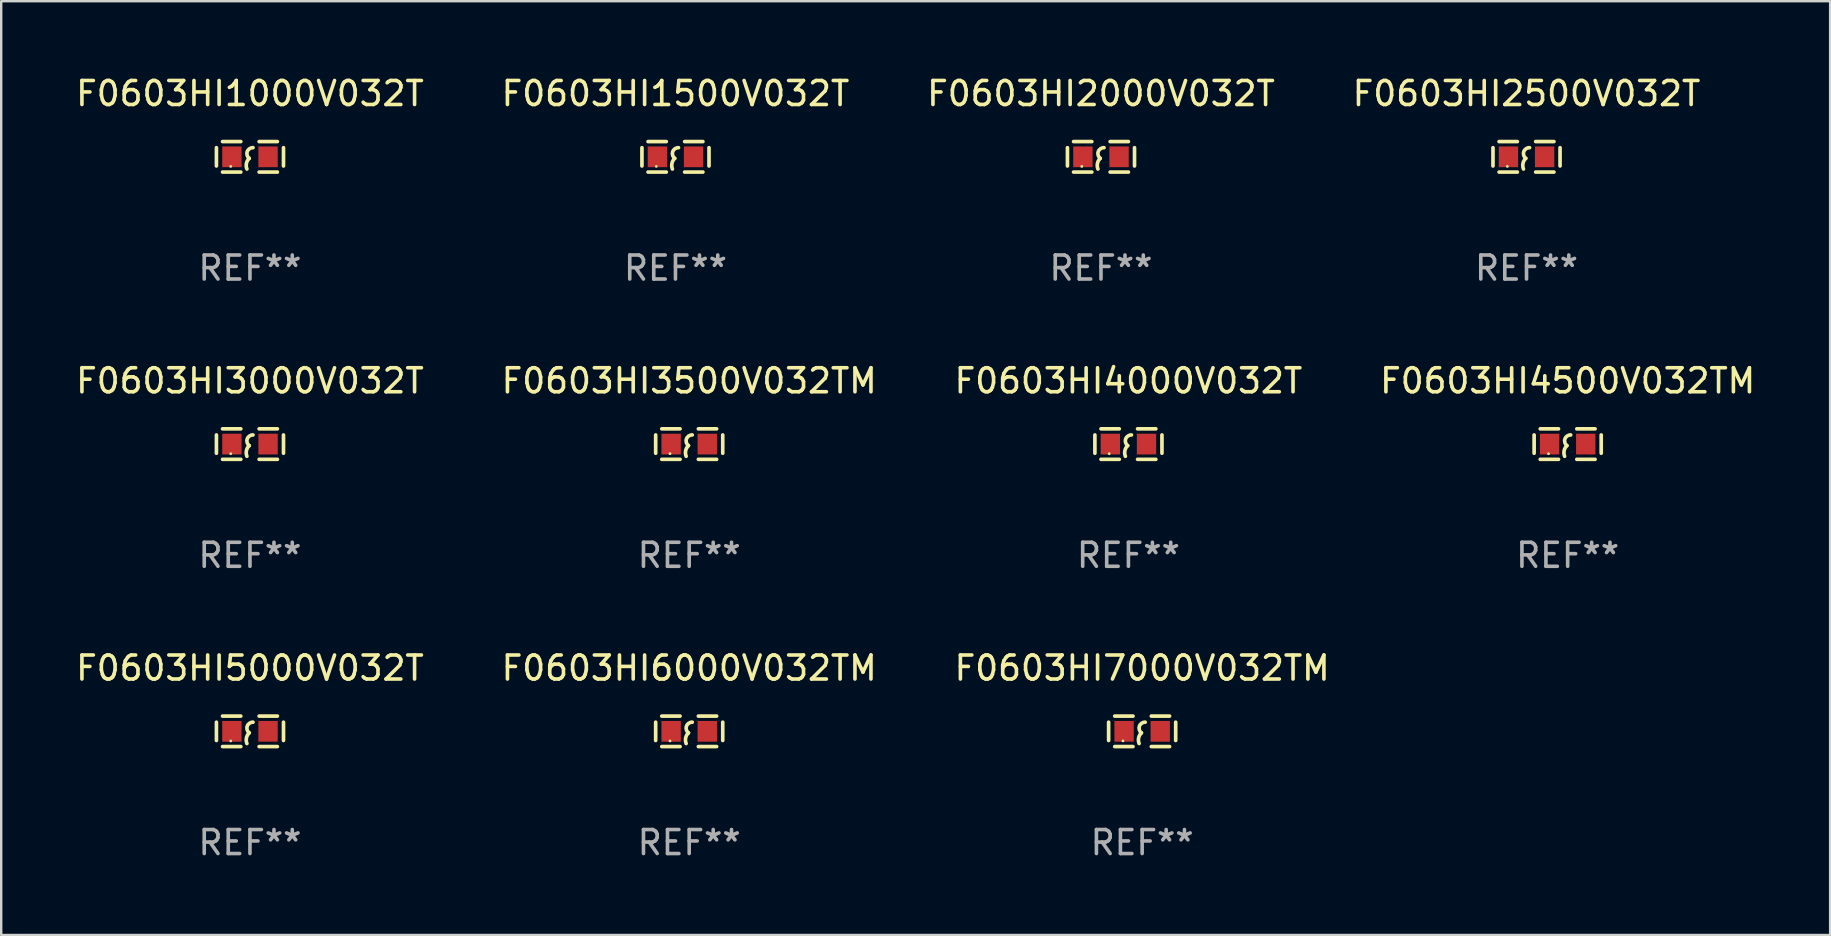
<source format=kicad_pcb>
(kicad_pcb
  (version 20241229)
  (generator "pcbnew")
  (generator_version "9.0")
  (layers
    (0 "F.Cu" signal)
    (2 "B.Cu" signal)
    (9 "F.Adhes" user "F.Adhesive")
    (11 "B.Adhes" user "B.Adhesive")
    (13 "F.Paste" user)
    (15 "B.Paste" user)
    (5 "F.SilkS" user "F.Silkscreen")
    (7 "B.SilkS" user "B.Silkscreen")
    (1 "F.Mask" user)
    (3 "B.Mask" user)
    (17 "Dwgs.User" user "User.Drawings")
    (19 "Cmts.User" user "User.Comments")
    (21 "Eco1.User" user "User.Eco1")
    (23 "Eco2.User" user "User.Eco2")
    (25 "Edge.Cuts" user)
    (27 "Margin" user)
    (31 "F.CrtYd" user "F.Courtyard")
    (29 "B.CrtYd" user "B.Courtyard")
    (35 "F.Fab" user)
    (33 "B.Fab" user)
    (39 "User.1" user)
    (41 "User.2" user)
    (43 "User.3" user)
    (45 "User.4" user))
  (footprint "F0603HI7000V032TM"
    (layer "F.Cu")
    (at 44.53 27.416)
    (property "Reference" "F0603HI7000V032TM" (at 0 -2.635 0) (layer "F.SilkS") (effects (font (size 1 1) (thickness 0.15))))
    (attr through_hole)
    (fp_line (start -1.397 -0.381) (end -1.397 0.381) (stroke (width 0.152) (type solid)) (layer "F.SilkS"))
    (fp_line (start -0.381 -0.635) (end -1.143 -0.635) (stroke (width 0.152) (type solid)) (layer "F.SilkS"))
    (fp_line (start -0.381 0.635) (end -1.143 0.635) (stroke (width 0.152) (type solid)) (layer "F.SilkS"))
    (fp_line (start 0.381 -0.635) (end 1.143 -0.635) (stroke (width 0.152) (type solid)) (layer "F.SilkS"))
    (fp_line (start 0.381 0.635) (end 1.143 0.635) (stroke (width 0.152) (type solid)) (layer "F.SilkS"))
    (fp_line (start 1.397 -0.381) (end 1.397 0.381) (stroke (width 0.152) (type solid)) (layer "F.SilkS"))
    (fp_arc (start -0.127 0.508001) (mid -0.146523 0.271131) (end -0.030861 0.0635) (stroke (width 0.151994) (type solid)) (layer "F.SilkS"))
    (fp_arc (start -0.03175 0.0635) (mid -0.113571 -0.216321) (end 0.127001 -0.381002) (stroke (width 0.151994) (type solid)) (layer "F.SilkS"))
    (fp_circle (center -0.8 0.4) (end -0.77 0.4) (stroke (width 0.06) (type solid)) (fill no) (layer "F.SilkS"))
    (fp_text user "REF**" (at 0 4.635 0) (layer "F.Fab") (effects (font (size 1 1) (thickness 0.15))))
    (pad "1" smd rect (at -0.753 0) (size 0.806 0.864) (layers "F.Cu" "F.Mask" "F.Paste"))
    (pad "2" smd rect (at 0.753 0) (size 0.806 0.864) (layers "F.Cu" "F.Mask" "F.Paste")))
  (footprint "F0603HI1500V032T"
    (layer "F.Cu")
    (at 25.089 3.483)
    (property "Reference" "F0603HI1500V032T" (at 0 -2.635 0) (layer "F.SilkS") (effects (font (size 1 1) (thickness 0.15))))
    (attr through_hole)
    (fp_line (start -1.397 -0.381) (end -1.397 0.381) (stroke (width 0.152) (type solid)) (layer "F.SilkS"))
    (fp_line (start -0.381 -0.635) (end -1.143 -0.635) (stroke (width 0.152) (type solid)) (layer "F.SilkS"))
    (fp_line (start -0.381 0.635) (end -1.143 0.635) (stroke (width 0.152) (type solid)) (layer "F.SilkS"))
    (fp_line (start 0.381 -0.635) (end 1.143 -0.635) (stroke (width 0.152) (type solid)) (layer "F.SilkS"))
    (fp_line (start 0.381 0.635) (end 1.143 0.635) (stroke (width 0.152) (type solid)) (layer "F.SilkS"))
    (fp_line (start 1.397 -0.381) (end 1.397 0.381) (stroke (width 0.152) (type solid)) (layer "F.SilkS"))
    (fp_arc (start -0.127 0.508001) (mid -0.146523 0.271131) (end -0.030861 0.0635) (stroke (width 0.151994) (type solid)) (layer "F.SilkS"))
    (fp_arc (start -0.03175 0.0635) (mid -0.113571 -0.216321) (end 0.127001 -0.381002) (stroke (width 0.151994) (type solid)) (layer "F.SilkS"))
    (fp_circle (center -0.8 0.4) (end -0.77 0.4) (stroke (width 0.06) (type solid)) (fill no) (layer "F.SilkS"))
    (fp_text user "REF**" (at 0 4.635 0) (layer "F.Fab") (effects (font (size 1 1) (thickness 0.15))))
    (pad "1" smd rect (at -0.753 0) (size 0.806 0.864) (layers "F.Cu" "F.Mask" "F.Paste"))
    (pad "2" smd rect (at 0.753 0) (size 0.806 0.864) (layers "F.Cu" "F.Mask" "F.Paste")))
  (footprint "F0603HI3500V032TM"
    (layer "F.Cu")
    (at 25.661 15.45)
    (property "Reference" "F0603HI3500V032TM" (at 0 -2.635 0) (layer "F.SilkS") (effects (font (size 1 1) (thickness 0.15))))
    (attr through_hole)
    (fp_line (start -1.397 -0.381) (end -1.397 0.381) (stroke (width 0.152) (type solid)) (layer "F.SilkS"))
    (fp_line (start -0.381 -0.635) (end -1.143 -0.635) (stroke (width 0.152) (type solid)) (layer "F.SilkS"))
    (fp_line (start -0.381 0.635) (end -1.143 0.635) (stroke (width 0.152) (type solid)) (layer "F.SilkS"))
    (fp_line (start 0.381 -0.635) (end 1.143 -0.635) (stroke (width 0.152) (type solid)) (layer "F.SilkS"))
    (fp_line (start 0.381 0.635) (end 1.143 0.635) (stroke (width 0.152) (type solid)) (layer "F.SilkS"))
    (fp_line (start 1.397 -0.381) (end 1.397 0.381) (stroke (width 0.152) (type solid)) (layer "F.SilkS"))
    (fp_arc (start -0.127 0.508001) (mid -0.146523 0.271131) (end -0.030861 0.0635) (stroke (width 0.151994) (type solid)) (layer "F.SilkS"))
    (fp_arc (start -0.03175 0.0635) (mid -0.113571 -0.216321) (end 0.127001 -0.381002) (stroke (width 0.151994) (type solid)) (layer "F.SilkS"))
    (fp_circle (center -0.8 0.4) (end -0.77 0.4) (stroke (width 0.06) (type solid)) (fill no) (layer "F.SilkS"))
    (fp_text user "REF**" (at 0 4.635 0) (layer "F.Fab") (effects (font (size 1 1) (thickness 0.15))))
    (pad "1" smd rect (at -0.753 0) (size 0.806 0.864) (layers "F.Cu" "F.Mask" "F.Paste"))
    (pad "2" smd rect (at 0.753 0) (size 0.806 0.864) (layers "F.Cu" "F.Mask" "F.Paste")))
  (footprint "F0603HI4500V032TM"
    (layer "F.Cu")
    (at 62.256 15.45)
    (property "Reference" "F0603HI4500V032TM" (at 0 -2.635 0) (layer "F.SilkS") (effects (font (size 1 1) (thickness 0.15))))
    (attr through_hole)
    (fp_line (start -1.397 -0.381) (end -1.397 0.381) (stroke (width 0.152) (type solid)) (layer "F.SilkS"))
    (fp_line (start -0.381 -0.635) (end -1.143 -0.635) (stroke (width 0.152) (type solid)) (layer "F.SilkS"))
    (fp_line (start -0.381 0.635) (end -1.143 0.635) (stroke (width 0.152) (type solid)) (layer "F.SilkS"))
    (fp_line (start 0.381 -0.635) (end 1.143 -0.635) (stroke (width 0.152) (type solid)) (layer "F.SilkS"))
    (fp_line (start 0.381 0.635) (end 1.143 0.635) (stroke (width 0.152) (type solid)) (layer "F.SilkS"))
    (fp_line (start 1.397 -0.381) (end 1.397 0.381) (stroke (width 0.152) (type solid)) (layer "F.SilkS"))
    (fp_arc (start -0.127 0.508001) (mid -0.146523 0.271131) (end -0.030861 0.0635) (stroke (width 0.151994) (type solid)) (layer "F.SilkS"))
    (fp_arc (start -0.03175 0.0635) (mid -0.113571 -0.216321) (end 0.127001 -0.381002) (stroke (width 0.151994) (type solid)) (layer "F.SilkS"))
    (fp_circle (center -0.8 0.4) (end -0.77 0.4) (stroke (width 0.06) (type solid)) (fill no) (layer "F.SilkS"))
    (fp_text user "REF**" (at 0 4.635 0) (layer "F.Fab") (effects (font (size 1 1) (thickness 0.15))))
    (pad "1" smd rect (at -0.753 0) (size 0.806 0.864) (layers "F.Cu" "F.Mask" "F.Paste"))
    (pad "2" smd rect (at 0.753 0) (size 0.806 0.864) (layers "F.Cu" "F.Mask" "F.Paste")))
  (footprint "F0603HI2000V032T"
    (layer "F.Cu")
    (at 42.815 3.483)
    (property "Reference" "F0603HI2000V032T" (at 0 -2.635 0) (layer "F.SilkS") (effects (font (size 1 1) (thickness 0.15))))
    (attr through_hole)
    (fp_line (start -1.397 -0.381) (end -1.397 0.381) (stroke (width 0.152) (type solid)) (layer "F.SilkS"))
    (fp_line (start -0.381 -0.635) (end -1.143 -0.635) (stroke (width 0.152) (type solid)) (layer "F.SilkS"))
    (fp_line (start -0.381 0.635) (end -1.143 0.635) (stroke (width 0.152) (type solid)) (layer "F.SilkS"))
    (fp_line (start 0.381 -0.635) (end 1.143 -0.635) (stroke (width 0.152) (type solid)) (layer "F.SilkS"))
    (fp_line (start 0.381 0.635) (end 1.143 0.635) (stroke (width 0.152) (type solid)) (layer "F.SilkS"))
    (fp_line (start 1.397 -0.381) (end 1.397 0.381) (stroke (width 0.152) (type solid)) (layer "F.SilkS"))
    (fp_arc (start -0.127 0.508001) (mid -0.146523 0.271131) (end -0.030861 0.0635) (stroke (width 0.151994) (type solid)) (layer "F.SilkS"))
    (fp_arc (start -0.03175 0.0635) (mid -0.113571 -0.216321) (end 0.127001 -0.381002) (stroke (width 0.151994) (type solid)) (layer "F.SilkS"))
    (fp_circle (center -0.8 0.4) (end -0.77 0.4) (stroke (width 0.06) (type solid)) (fill no) (layer "F.SilkS"))
    (fp_text user "REF**" (at 0 4.635 0) (layer "F.Fab") (effects (font (size 1 1) (thickness 0.15))))
    (pad "1" smd rect (at -0.753 0) (size 0.806 0.864) (layers "F.Cu" "F.Mask" "F.Paste"))
    (pad "2" smd rect (at 0.753 0) (size 0.806 0.864) (layers "F.Cu" "F.Mask" "F.Paste")))
  (footprint "F0603HI6000V032TM"
    (layer "F.Cu")
    (at 25.661 27.416)
    (property "Reference" "F0603HI6000V032TM" (at 0 -2.635 0) (layer "F.SilkS") (effects (font (size 1 1) (thickness 0.15))))
    (attr through_hole)
    (fp_line (start -1.397 -0.381) (end -1.397 0.381) (stroke (width 0.152) (type solid)) (layer "F.SilkS"))
    (fp_line (start -0.381 -0.635) (end -1.143 -0.635) (stroke (width 0.152) (type solid)) (layer "F.SilkS"))
    (fp_line (start -0.381 0.635) (end -1.143 0.635) (stroke (width 0.152) (type solid)) (layer "F.SilkS"))
    (fp_line (start 0.381 -0.635) (end 1.143 -0.635) (stroke (width 0.152) (type solid)) (layer "F.SilkS"))
    (fp_line (start 0.381 0.635) (end 1.143 0.635) (stroke (width 0.152) (type solid)) (layer "F.SilkS"))
    (fp_line (start 1.397 -0.381) (end 1.397 0.381) (stroke (width 0.152) (type solid)) (layer "F.SilkS"))
    (fp_arc (start -0.127 0.508001) (mid -0.146523 0.271131) (end -0.030861 0.0635) (stroke (width 0.151994) (type solid)) (layer "F.SilkS"))
    (fp_arc (start -0.03175 0.0635) (mid -0.113571 -0.216321) (end 0.127001 -0.381002) (stroke (width 0.151994) (type solid)) (layer "F.SilkS"))
    (fp_circle (center -0.8 0.4) (end -0.77 0.4) (stroke (width 0.06) (type solid)) (fill no) (layer "F.SilkS"))
    (fp_text user "REF**" (at 0 4.635 0) (layer "F.Fab") (effects (font (size 1 1) (thickness 0.15))))
    (pad "1" smd rect (at -0.753 0) (size 0.806 0.864) (layers "F.Cu" "F.Mask" "F.Paste"))
    (pad "2" smd rect (at 0.753 0) (size 0.806 0.864) (layers "F.Cu" "F.Mask" "F.Paste")))
  (footprint "F0603HI4000V032T"
    (layer "F.Cu")
    (at 43.958 15.45)
    (property "Reference" "F0603HI4000V032T" (at 0 -2.635 0) (layer "F.SilkS") (effects (font (size 1 1) (thickness 0.15))))
    (attr through_hole)
    (fp_line (start -1.397 -0.381) (end -1.397 0.381) (stroke (width 0.152) (type solid)) (layer "F.SilkS"))
    (fp_line (start -0.381 -0.635) (end -1.143 -0.635) (stroke (width 0.152) (type solid)) (layer "F.SilkS"))
    (fp_line (start -0.381 0.635) (end -1.143 0.635) (stroke (width 0.152) (type solid)) (layer "F.SilkS"))
    (fp_line (start 0.381 -0.635) (end 1.143 -0.635) (stroke (width 0.152) (type solid)) (layer "F.SilkS"))
    (fp_line (start 0.381 0.635) (end 1.143 0.635) (stroke (width 0.152) (type solid)) (layer "F.SilkS"))
    (fp_line (start 1.397 -0.381) (end 1.397 0.381) (stroke (width 0.152) (type solid)) (layer "F.SilkS"))
    (fp_arc (start -0.127 0.508001) (mid -0.146523 0.271131) (end -0.030861 0.0635) (stroke (width 0.151994) (type solid)) (layer "F.SilkS"))
    (fp_arc (start -0.03175 0.0635) (mid -0.113571 -0.216321) (end 0.127001 -0.381002) (stroke (width 0.151994) (type solid)) (layer "F.SilkS"))
    (fp_circle (center -0.8 0.4) (end -0.77 0.4) (stroke (width 0.06) (type solid)) (fill no) (layer "F.SilkS"))
    (fp_text user "REF**" (at 0 4.635 0) (layer "F.Fab") (effects (font (size 1 1) (thickness 0.15))))
    (pad "1" smd rect (at -0.753 0) (size 0.806 0.864) (layers "F.Cu" "F.Mask" "F.Paste"))
    (pad "2" smd rect (at 0.753 0) (size 0.806 0.864) (layers "F.Cu" "F.Mask" "F.Paste")))
  (footprint "F0603HI1000V032T"
    (layer "F.Cu")
    (at 7.363 3.483)
    (property "Reference" "F0603HI1000V032T" (at 0 -2.635 0) (layer "F.SilkS") (effects (font (size 1 1) (thickness 0.15))))
    (attr through_hole)
    (fp_line (start -1.397 -0.381) (end -1.397 0.381) (stroke (width 0.152) (type solid)) (layer "F.SilkS"))
    (fp_line (start -0.381 -0.635) (end -1.143 -0.635) (stroke (width 0.152) (type solid)) (layer "F.SilkS"))
    (fp_line (start -0.381 0.635) (end -1.143 0.635) (stroke (width 0.152) (type solid)) (layer "F.SilkS"))
    (fp_line (start 0.381 -0.635) (end 1.143 -0.635) (stroke (width 0.152) (type solid)) (layer "F.SilkS"))
    (fp_line (start 0.381 0.635) (end 1.143 0.635) (stroke (width 0.152) (type solid)) (layer "F.SilkS"))
    (fp_line (start 1.397 -0.381) (end 1.397 0.381) (stroke (width 0.152) (type solid)) (layer "F.SilkS"))
    (fp_arc (start -0.127 0.508001) (mid -0.146523 0.271131) (end -0.030861 0.0635) (stroke (width 0.151994) (type solid)) (layer "F.SilkS"))
    (fp_arc (start -0.03175 0.0635) (mid -0.113571 -0.216321) (end 0.127001 -0.381002) (stroke (width 0.151994) (type solid)) (layer "F.SilkS"))
    (fp_circle (center -0.8 0.4) (end -0.77 0.4) (stroke (width 0.06) (type solid)) (fill no) (layer "F.SilkS"))
    (fp_text user "REF**" (at 0 4.635 0) (layer "F.Fab") (effects (font (size 1 1) (thickness 0.15))))
    (pad "1" smd rect (at -0.753 0) (size 0.806 0.864) (layers "F.Cu" "F.Mask" "F.Paste"))
    (pad "2" smd rect (at 0.753 0) (size 0.806 0.864) (layers "F.Cu" "F.Mask" "F.Paste")))
  (footprint "F0603HI3000V032T"
    (layer "F.Cu")
    (at 7.363 15.45)
    (property "Reference" "F0603HI3000V032T" (at 0 -2.635 0) (layer "F.SilkS") (effects (font (size 1 1) (thickness 0.15))))
    (attr through_hole)
    (fp_line (start -1.397 -0.381) (end -1.397 0.381) (stroke (width 0.152) (type solid)) (layer "F.SilkS"))
    (fp_line (start -0.381 -0.635) (end -1.143 -0.635) (stroke (width 0.152) (type solid)) (layer "F.SilkS"))
    (fp_line (start -0.381 0.635) (end -1.143 0.635) (stroke (width 0.152) (type solid)) (layer "F.SilkS"))
    (fp_line (start 0.381 -0.635) (end 1.143 -0.635) (stroke (width 0.152) (type solid)) (layer "F.SilkS"))
    (fp_line (start 0.381 0.635) (end 1.143 0.635) (stroke (width 0.152) (type solid)) (layer "F.SilkS"))
    (fp_line (start 1.397 -0.381) (end 1.397 0.381) (stroke (width 0.152) (type solid)) (layer "F.SilkS"))
    (fp_arc (start -0.127 0.508001) (mid -0.146523 0.271131) (end -0.030861 0.0635) (stroke (width 0.151994) (type solid)) (layer "F.SilkS"))
    (fp_arc (start -0.03175 0.0635) (mid -0.113571 -0.216321) (end 0.127001 -0.381002) (stroke (width 0.151994) (type solid)) (layer "F.SilkS"))
    (fp_circle (center -0.8 0.4) (end -0.77 0.4) (stroke (width 0.06) (type solid)) (fill no) (layer "F.SilkS"))
    (fp_text user "REF**" (at 0 4.635 0) (layer "F.Fab") (effects (font (size 1 1) (thickness 0.15))))
    (pad "1" smd rect (at -0.753 0) (size 0.806 0.864) (layers "F.Cu" "F.Mask" "F.Paste"))
    (pad "2" smd rect (at 0.753 0) (size 0.806 0.864) (layers "F.Cu" "F.Mask" "F.Paste")))
  (footprint "F0603HI5000V032T"
    (layer "F.Cu")
    (at 7.363 27.416)
    (property "Reference" "F0603HI5000V032T" (at 0 -2.635 0) (layer "F.SilkS") (effects (font (size 1 1) (thickness 0.15))))
    (attr through_hole)
    (fp_line (start -1.397 -0.381) (end -1.397 0.381) (stroke (width 0.152) (type solid)) (layer "F.SilkS"))
    (fp_line (start -0.381 -0.635) (end -1.143 -0.635) (stroke (width 0.152) (type solid)) (layer "F.SilkS"))
    (fp_line (start -0.381 0.635) (end -1.143 0.635) (stroke (width 0.152) (type solid)) (layer "F.SilkS"))
    (fp_line (start 0.381 -0.635) (end 1.143 -0.635) (stroke (width 0.152) (type solid)) (layer "F.SilkS"))
    (fp_line (start 0.381 0.635) (end 1.143 0.635) (stroke (width 0.152) (type solid)) (layer "F.SilkS"))
    (fp_line (start 1.397 -0.381) (end 1.397 0.381) (stroke (width 0.152) (type solid)) (layer "F.SilkS"))
    (fp_arc (start -0.127 0.508001) (mid -0.146523 0.271131) (end -0.030861 0.0635) (stroke (width 0.151994) (type solid)) (layer "F.SilkS"))
    (fp_arc (start -0.03175 0.0635) (mid -0.113571 -0.216321) (end 0.127001 -0.381002) (stroke (width 0.151994) (type solid)) (layer "F.SilkS"))
    (fp_circle (center -0.8 0.4) (end -0.77 0.4) (stroke (width 0.06) (type solid)) (fill no) (layer "F.SilkS"))
    (fp_text user "REF**" (at 0 4.635 0) (layer "F.Fab") (effects (font (size 1 1) (thickness 0.15))))
    (pad "1" smd rect (at -0.753 0) (size 0.806 0.864) (layers "F.Cu" "F.Mask" "F.Paste"))
    (pad "2" smd rect (at 0.753 0) (size 0.806 0.864) (layers "F.Cu" "F.Mask" "F.Paste")))
  (footprint "F0603HI2500V032T"
    (layer "F.Cu")
    (at 60.542 3.483)
    (property "Reference" "F0603HI2500V032T" (at 0 -2.635 0) (layer "F.SilkS") (effects (font (size 1 1) (thickness 0.15))))
    (attr through_hole)
    (fp_line (start -1.397 -0.381) (end -1.397 0.381) (stroke (width 0.152) (type solid)) (layer "F.SilkS"))
    (fp_line (start -0.381 -0.635) (end -1.143 -0.635) (stroke (width 0.152) (type solid)) (layer "F.SilkS"))
    (fp_line (start -0.381 0.635) (end -1.143 0.635) (stroke (width 0.152) (type solid)) (layer "F.SilkS"))
    (fp_line (start 0.381 -0.635) (end 1.143 -0.635) (stroke (width 0.152) (type solid)) (layer "F.SilkS"))
    (fp_line (start 0.381 0.635) (end 1.143 0.635) (stroke (width 0.152) (type solid)) (layer "F.SilkS"))
    (fp_line (start 1.397 -0.381) (end 1.397 0.381) (stroke (width 0.152) (type solid)) (layer "F.SilkS"))
    (fp_arc (start -0.127 0.508001) (mid -0.146523 0.271131) (end -0.030861 0.0635) (stroke (width 0.151994) (type solid)) (layer "F.SilkS"))
    (fp_arc (start -0.03175 0.0635) (mid -0.113571 -0.216321) (end 0.127001 -0.381002) (stroke (width 0.151994) (type solid)) (layer "F.SilkS"))
    (fp_circle (center -0.8 0.4) (end -0.77 0.4) (stroke (width 0.06) (type solid)) (fill no) (layer "F.SilkS"))
    (fp_text user "REF**" (at 0 4.635 0) (layer "F.Fab") (effects (font (size 1 1) (thickness 0.15))))
    (pad "1" smd rect (at -0.753 0) (size 0.806 0.864) (layers "F.Cu" "F.Mask" "F.Paste"))
    (pad "2" smd rect (at 0.753 0) (size 0.806 0.864) (layers "F.Cu" "F.Mask" "F.Paste")))
  (gr_rect
    (start -3 -3)
    (end 73.19 35.9)
    (stroke (width 0.1) (type default))
    (fill no)
    (layer "Edge.Cuts")))
</source>
